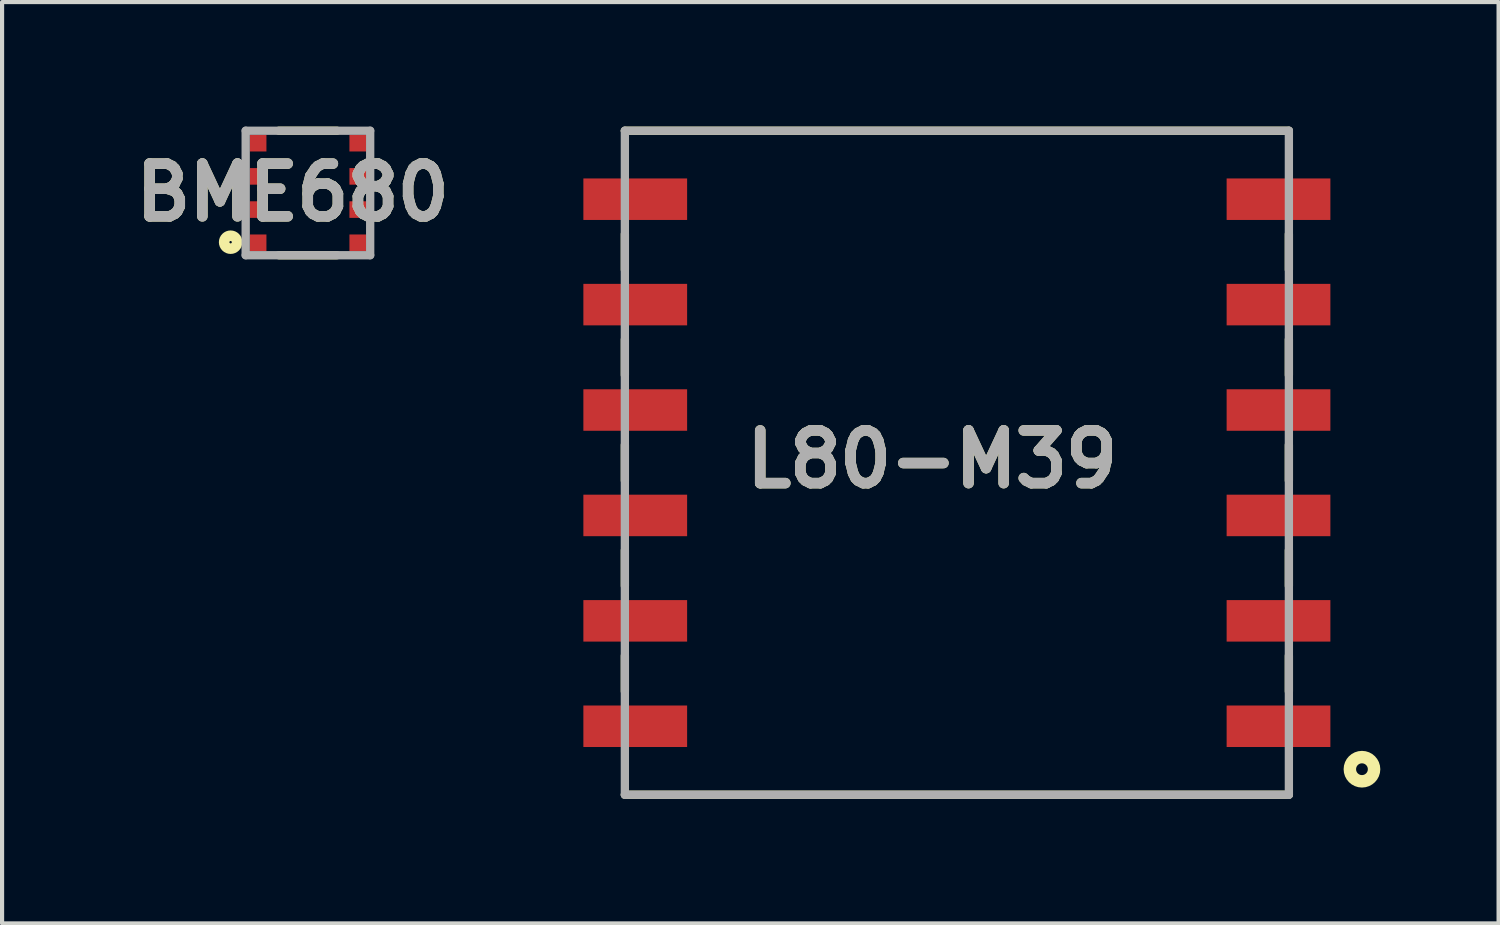
<source format=kicad_pcb>
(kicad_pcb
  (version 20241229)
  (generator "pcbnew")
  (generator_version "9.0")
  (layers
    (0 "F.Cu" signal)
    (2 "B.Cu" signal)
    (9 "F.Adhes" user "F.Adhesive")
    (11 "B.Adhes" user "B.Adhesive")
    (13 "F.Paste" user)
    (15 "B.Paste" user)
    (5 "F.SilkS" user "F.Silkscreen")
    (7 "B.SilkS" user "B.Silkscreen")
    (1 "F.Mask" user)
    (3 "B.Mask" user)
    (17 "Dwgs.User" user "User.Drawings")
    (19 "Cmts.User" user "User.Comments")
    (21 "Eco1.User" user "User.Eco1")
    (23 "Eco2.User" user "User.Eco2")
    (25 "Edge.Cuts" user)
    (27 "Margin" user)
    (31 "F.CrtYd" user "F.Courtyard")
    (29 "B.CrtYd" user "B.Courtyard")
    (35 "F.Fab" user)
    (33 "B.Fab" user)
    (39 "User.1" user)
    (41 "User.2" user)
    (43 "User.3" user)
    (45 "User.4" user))
  (footprint "BME680"
    (layer "F.Cu")
    (at 4.37 1.6)
    (property "Reference" "BME680" (at -0.367 -0.012 0) (layer "F.SilkS") (effects (font (size 1.27 1.27) (thickness 0.254))))
    (attr smd)
    (fp_line (start -0.7 -1.5) (end 0.7 -1.5) (stroke (width 0.2) (type solid)) (layer "F.SilkS"))
    (fp_line (start -0.7 1.5) (end 0.7 1.5) (stroke (width 0.2) (type solid)) (layer "F.SilkS"))
    (fp_circle (center -1.863 1.186) (end -1.863 1.215) (stroke (width 0.254) (type solid)) (fill no) (layer "F.SilkS"))
    (fp_line (start -1.5 -1.5) (end 1.5 -1.5) (stroke (width 0.2) (type solid)) (layer "F.Fab"))
    (fp_line (start -1.5 1.5) (end -1.5 -1.5) (stroke (width 0.2) (type solid)) (layer "F.Fab"))
    (fp_line (start 1.5 -1.5) (end 1.5 1.5) (stroke (width 0.2) (type solid)) (layer "F.Fab"))
    (fp_line (start 1.5 1.5) (end -1.5 1.5) (stroke (width 0.2) (type solid)) (layer "F.Fab"))
    (fp_text user "${REFERENCE}" (at -0.367 -0.012 0) (layer "F.Fab") (effects (font (size 1.27 1.27) (thickness 0.254))))
    (pad "1" smd rect (at -1.2 1.2 90) (size 0.4 0.4) (layers "F.Cu" "F.Mask" "F.Paste"))
    (pad "2" smd rect (at -1.2 0.4 90) (size 0.4 0.4) (layers "F.Cu" "F.Mask" "F.Paste"))
    (pad "3" smd rect (at -1.2 -0.4 90) (size 0.4 0.4) (layers "F.Cu" "F.Mask" "F.Paste"))
    (pad "4" smd rect (at -1.2 -1.2 90) (size 0.4 0.4) (layers "F.Cu" "F.Mask" "F.Paste"))
    (pad "5" smd rect (at 1.2 -1.2 90) (size 0.4 0.4) (layers "F.Cu" "F.Mask" "F.Paste"))
    (pad "6" smd rect (at 1.2 -0.4 90) (size 0.4 0.4) (layers "F.Cu" "F.Mask" "F.Paste"))
    (pad "7" smd rect (at 1.2 0.4 90) (size 0.4 0.4) (layers "F.Cu" "F.Mask" "F.Paste"))
    (pad "8" smd rect (at 1.2 1.2 90) (size 0.4 0.4) (layers "F.Cu" "F.Mask" "F.Paste")))
  (footprint "L80-M39"
    (layer "F.Cu")
    (at 12.257 3.02)
    (property "Reference" "L80-M39" (at 7.154 4.997 0) (layer "F.SilkS") (effects (font (size 1.27 1.27) (thickness 0.254))))
    (attr smd)
    (fp_line (start -0.25 -2.92) (end 15.75 -2.92) (stroke (width 0.2) (type solid)) (layer "F.SilkS"))
    (fp_line (start -0.25 -0.43) (end -0.25 0.43) (stroke (width 0.2) (type solid)) (layer "F.SilkS"))
    (fp_line (start -0.25 2.11) (end -0.25 2.97) (stroke (width 0.2) (type solid)) (layer "F.SilkS"))
    (fp_line (start -0.25 4.65) (end -0.25 5.51) (stroke (width 0.2) (type solid)) (layer "F.SilkS"))
    (fp_line (start -0.25 7.19) (end -0.25 8.05) (stroke (width 0.2) (type solid)) (layer "F.SilkS"))
    (fp_line (start -0.25 9.73) (end -0.25 10.59) (stroke (width 0.2) (type solid)) (layer "F.SilkS"))
    (fp_line (start -0.25 13.08) (end 15.75 13.08) (stroke (width 0.2) (type solid)) (layer "F.SilkS"))
    (fp_line (start 15.75 -0.43) (end 15.75 0.43) (stroke (width 0.2) (type solid)) (layer "F.SilkS"))
    (fp_line (start 15.75 2.11) (end 15.75 2.97) (stroke (width 0.2) (type solid)) (layer "F.SilkS"))
    (fp_line (start 15.75 4.65) (end 15.75 5.51) (stroke (width 0.2) (type solid)) (layer "F.SilkS"))
    (fp_line (start 15.75 7.19) (end 15.75 8.05) (stroke (width 0.2) (type solid)) (layer "F.SilkS"))
    (fp_line (start 15.75 9.73) (end 15.75 10.59) (stroke (width 0.2) (type solid)) (layer "F.SilkS"))
    (fp_circle (center 17.511 12.465) (end 17.511 12.607) (stroke (width 0.3) (type solid)) (fill no) (layer "F.SilkS"))
    (fp_line (start -0.25 -2.92) (end 15.75 -2.92) (stroke (width 0.2) (type solid)) (layer "F.Fab"))
    (fp_line (start -0.25 13.08) (end -0.25 -2.92) (stroke (width 0.2) (type solid)) (layer "F.Fab"))
    (fp_line (start 15.75 -2.92) (end 15.75 13.08) (stroke (width 0.2) (type solid)) (layer "F.Fab"))
    (fp_line (start 15.75 13.08) (end -0.25 13.08) (stroke (width 0.2) (type solid)) (layer "F.Fab"))
    (fp_text user "${REFERENCE}" (at 7.154 4.997 0) (layer "F.Fab") (effects (font (size 1.27 1.27) (thickness 0.254))))
    (pad "1" smd rect (at 15.5 11.43 90) (size 1 2.5) (layers "F.Cu" "F.Mask" "F.Paste"))
    (pad "2" smd rect (at 15.5 8.89 90) (size 1 2.5) (layers "F.Cu" "F.Mask" "F.Paste"))
    (pad "3" smd rect (at 15.5 6.35 90) (size 1 2.5) (layers "F.Cu" "F.Mask" "F.Paste"))
    (pad "4" smd rect (at 15.5 3.81 90) (size 1 2.5) (layers "F.Cu" "F.Mask" "F.Paste"))
    (pad "5" smd rect (at 15.5 1.27 90) (size 1 2.5) (layers "F.Cu" "F.Mask" "F.Paste"))
    (pad "6" smd rect (at 15.5 -1.27 90) (size 1 2.5) (layers "F.Cu" "F.Mask" "F.Paste"))
    (pad "7" smd rect (at 0 -1.27 90) (size 1 2.5) (layers "F.Cu" "F.Mask" "F.Paste"))
    (pad "8" smd rect (at 0 1.27 90) (size 1 2.5) (layers "F.Cu" "F.Mask" "F.Paste"))
    (pad "9" smd rect (at 0 3.81 90) (size 1 2.5) (layers "F.Cu" "F.Mask" "F.Paste"))
    (pad "10" smd rect (at 0 6.35 90) (size 1 2.5) (layers "F.Cu" "F.Mask" "F.Paste"))
    (pad "11" smd rect (at 0 8.89 90) (size 1 2.5) (layers "F.Cu" "F.Mask" "F.Paste"))
    (pad "12" smd rect (at 0 11.43 90) (size 1 2.5) (layers "F.Cu" "F.Mask" "F.Paste")))
  (gr_rect
    (start -3 -3)
    (end 33.06 19.2)
    (stroke (width 0.1) (type default))
    (fill no)
    (layer "Edge.Cuts")))
</source>
